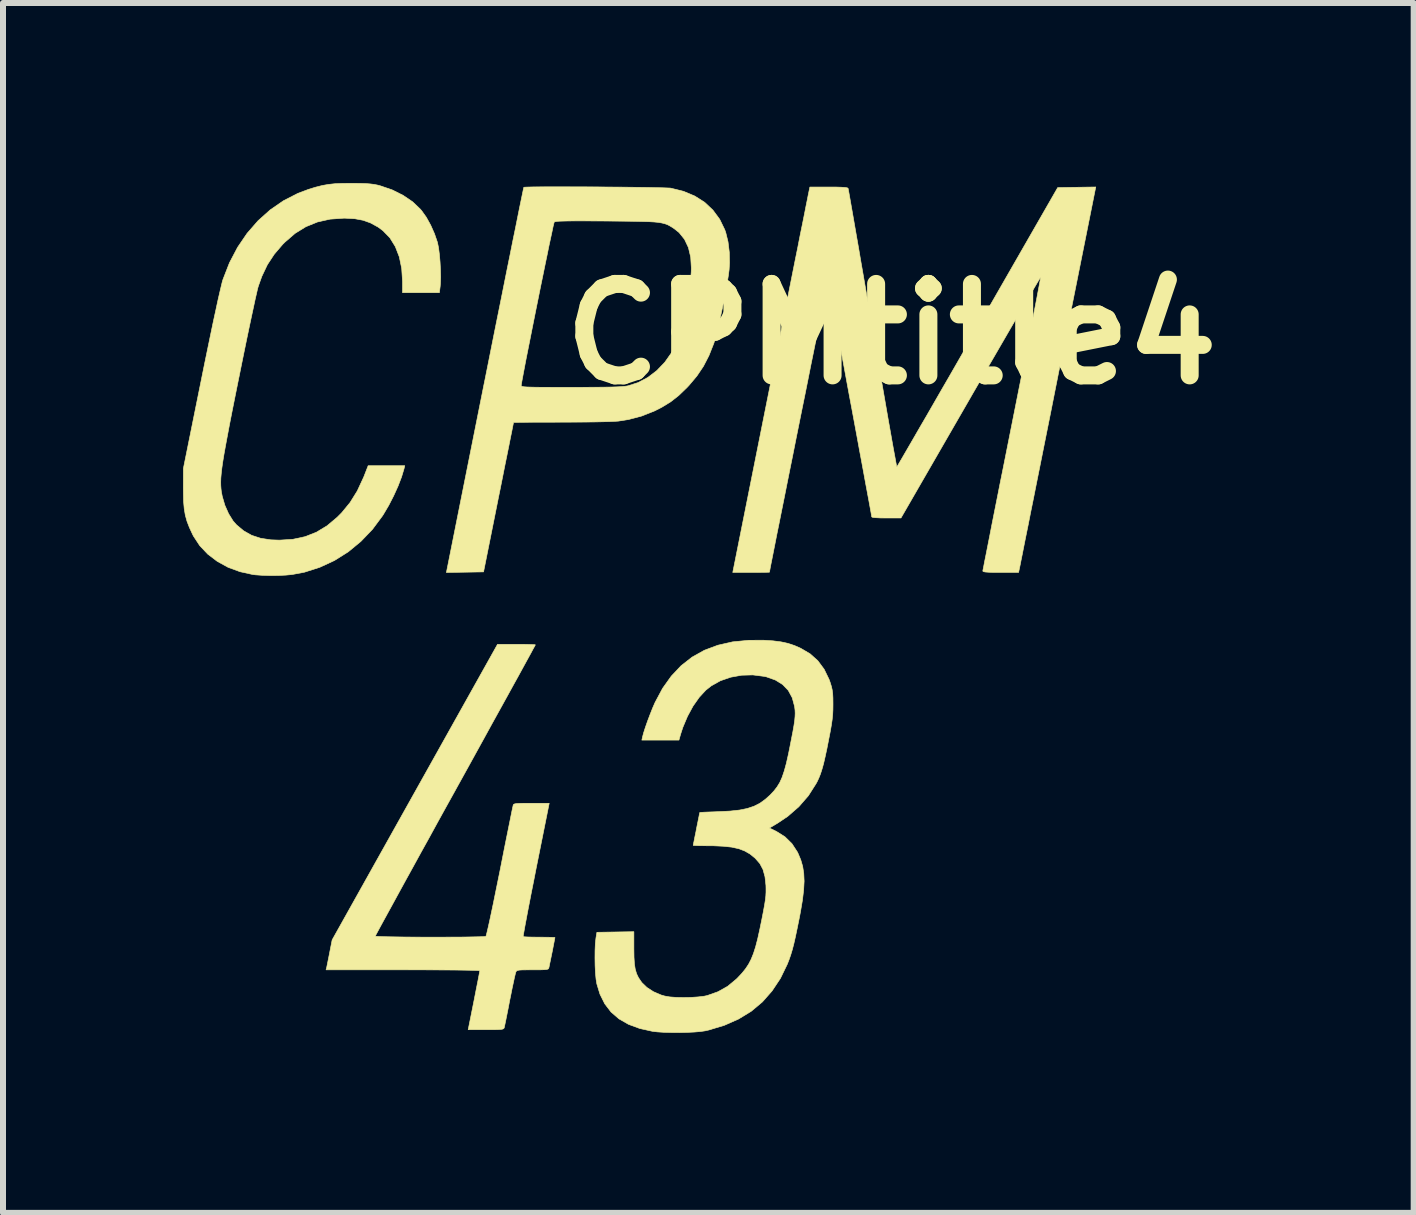
<source format=kicad_pcb>
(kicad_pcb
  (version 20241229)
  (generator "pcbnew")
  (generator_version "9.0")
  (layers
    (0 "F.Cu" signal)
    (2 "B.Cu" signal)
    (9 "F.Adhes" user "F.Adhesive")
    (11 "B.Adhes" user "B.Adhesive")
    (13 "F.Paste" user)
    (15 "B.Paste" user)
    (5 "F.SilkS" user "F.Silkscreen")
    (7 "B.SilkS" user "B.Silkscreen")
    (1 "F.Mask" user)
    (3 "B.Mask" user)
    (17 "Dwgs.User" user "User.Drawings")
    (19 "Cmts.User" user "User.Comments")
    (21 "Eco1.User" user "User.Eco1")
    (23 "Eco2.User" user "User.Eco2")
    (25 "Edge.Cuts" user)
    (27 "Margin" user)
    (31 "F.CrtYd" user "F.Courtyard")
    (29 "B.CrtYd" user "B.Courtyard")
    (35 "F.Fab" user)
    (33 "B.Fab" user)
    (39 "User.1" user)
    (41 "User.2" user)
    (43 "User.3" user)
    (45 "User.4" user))
  (footprint "CPMtitle4"
    (layer "F.Cu")
    (at 11.804 2.516)
    (property "Reference" "CPMtitle4" (at 0 0 0) (layer "F.SilkS") (effects (font (size 1.524 1.524) (thickness 0.3))))
    (attr through_hole)
    (fp_poly (pts (xy -8.981 -2.511) (xy -8.856 -2.51) (xy -8.759 -2.507) (xy -8.683 -2.501) (xy -8.619 -2.493) (xy -8.559 -2.481) (xy -8.518 -2.47) (xy -8.319 -2.402) (xy -8.137 -2.311) (xy -7.978 -2.203) (xy -7.847 -2.078) (xy -7.827 -2.054) (xy -7.75 -1.946) (xy -7.677 -1.814) (xy -7.614 -1.672) (xy -7.566 -1.532) (xy -7.563 -1.521) (xy -7.546 -1.437) (xy -7.532 -1.327) (xy -7.521 -1.202) (xy -7.514 -1.072) (xy -7.511 -0.949) (xy -7.515 -0.842) (xy -7.519 -0.792) (xy -7.532 -0.689) (xy -8.146 -0.689) (xy -8.146 -0.875) (xy -8.16 -1.092) (xy -8.2 -1.286) (xy -8.266 -1.456) (xy -8.357 -1.603) (xy -8.474 -1.723) (xy -8.552 -1.781) (xy -8.675 -1.849) (xy -8.801 -1.895) (xy -8.94 -1.921) (xy -9.103 -1.93) (xy -9.126 -1.93) (xy -9.354 -1.914) (xy -9.563 -1.867) (xy -9.757 -1.788) (xy -9.937 -1.677) (xy -10.106 -1.531) (xy -10.143 -1.494) (xy -10.284 -1.329) (xy -10.399 -1.154) (xy -10.491 -0.96) (xy -10.549 -0.798) (xy -10.561 -0.756) (xy -10.578 -0.681) (xy -10.602 -0.577) (xy -10.63 -0.446) (xy -10.663 -0.293) (xy -10.7 -0.119) (xy -10.74 0.072) (xy -10.782 0.276) (xy -10.826 0.492) (xy -10.871 0.715) (xy -10.879 0.753) (xy -10.936 1.036) (xy -10.986 1.286) (xy -11.029 1.506) (xy -11.065 1.697) (xy -11.096 1.863) (xy -11.122 2.007) (xy -11.142 2.13) (xy -11.157 2.235) (xy -11.167 2.324) (xy -11.174 2.401) (xy -11.176 2.468) (xy -11.175 2.526) (xy -11.171 2.58) (xy -11.165 2.631) (xy -11.155 2.681) (xy -11.151 2.703) (xy -11.107 2.854) (xy -11.045 2.994) (xy -10.97 3.115) (xy -10.913 3.18) (xy -10.792 3.281) (xy -10.66 3.355) (xy -10.511 3.404) (xy -10.34 3.43) (xy -10.196 3.435) (xy -9.973 3.421) (xy -9.769 3.377) (xy -9.581 3.303) (xy -9.404 3.196) (xy -9.236 3.055) (xy -9.161 2.98) (xy -9.02 2.808) (xy -8.9 2.615) (xy -8.798 2.395) (xy -8.788 2.372) (xy -8.719 2.195) (xy -8.109 2.195) (xy -8.121 2.245) (xy -8.162 2.381) (xy -8.221 2.535) (xy -8.294 2.696) (xy -8.376 2.856) (xy -8.464 3.005) (xy -8.48 3.03) (xy -8.648 3.256) (xy -8.84 3.456) (xy -9.051 3.63) (xy -9.28 3.774) (xy -9.524 3.887) (xy -9.78 3.969) (xy -9.986 4.008) (xy -10.091 4.018) (xy -10.218 4.024) (xy -10.354 4.025) (xy -10.486 4.021) (xy -10.601 4.013) (xy -10.641 4.008) (xy -10.854 3.961) (xy -11.053 3.888) (xy -11.233 3.789) (xy -11.392 3.668) (xy -11.526 3.526) (xy -11.631 3.366) (xy -11.645 3.338) (xy -11.698 3.224) (xy -11.738 3.12) (xy -11.766 3.019) (xy -11.784 2.911) (xy -11.795 2.788) (xy -11.798 2.641) (xy -11.799 2.567) (xy -11.798 2.241) (xy -11.497 0.753) (xy -11.443 0.486) (xy -11.391 0.235) (xy -11.343 0.003) (xy -11.299 -0.208) (xy -11.258 -0.396) (xy -11.223 -0.559) (xy -11.192 -0.694) (xy -11.167 -0.8) (xy -11.149 -0.874) (xy -11.139 -0.907) (xy -11.03 -1.187) (xy -10.895 -1.444) (xy -10.736 -1.678) (xy -10.554 -1.887) (xy -10.352 -2.068) (xy -10.13 -2.221) (xy -9.89 -2.344) (xy -9.709 -2.412) (xy -9.59 -2.448) (xy -9.483 -2.475) (xy -9.38 -2.493) (xy -9.269 -2.505) (xy -9.143 -2.51) (xy -8.991 -2.511) (xy -8.981 -2.511)) (stroke (width 0.01) (type solid)) (fill yes) (layer "F.SilkS"))
    (fp_poly (pts (xy -6.146 5.171) (xy -6.057 5.173) (xy -5.988 5.175) (xy -5.945 5.177) (xy -5.933 5.18) (xy -5.941 5.197) (xy -5.967 5.243) (xy -6.007 5.318) (xy -6.063 5.42) (xy -6.132 5.546) (xy -6.214 5.696) (xy -6.308 5.866) (xy -6.413 6.057) (xy -6.528 6.265) (xy -6.652 6.489) (xy -6.783 6.728) (xy -6.922 6.98) (xy -7.067 7.243) (xy -7.217 7.514) (xy -7.266 7.603) (xy -7.418 7.877) (xy -7.565 8.143) (xy -7.705 8.399) (xy -7.84 8.642) (xy -7.966 8.872) (xy -8.084 9.086) (xy -8.192 9.283) (xy -8.289 9.461) (xy -8.375 9.618) (xy -8.449 9.753) (xy -8.509 9.863) (xy -8.555 9.948) (xy -8.585 10.004) (xy -8.599 10.032) (xy -8.6 10.034) (xy -8.582 10.037) (xy -8.533 10.04) (xy -8.455 10.043) (xy -8.354 10.045) (xy -8.233 10.047) (xy -8.096 10.049) (xy -7.948 10.05) (xy -7.793 10.051) (xy -7.635 10.051) (xy -7.478 10.051) (xy -7.327 10.05) (xy -7.184 10.05) (xy -7.056 10.048) (xy -6.945 10.046) (xy -6.856 10.044) (xy -6.793 10.042) (xy -6.76 10.038) (xy -6.757 10.037) (xy -6.75 10.018) (xy -6.737 9.965) (xy -6.718 9.884) (xy -6.694 9.776) (xy -6.666 9.645) (xy -6.634 9.494) (xy -6.6 9.326) (xy -6.563 9.145) (xy -6.524 8.954) (xy -6.486 8.761) (xy -6.45 8.578) (xy -6.416 8.409) (xy -6.385 8.256) (xy -6.358 8.123) (xy -6.336 8.013) (xy -6.319 7.929) (xy -6.307 7.874) (xy -6.302 7.851) (xy -6.296 7.839) (xy -6.28 7.831) (xy -6.251 7.825) (xy -6.203 7.822) (xy -6.13 7.82) (xy -6.027 7.82) (xy -5.998 7.82) (xy -5.702 7.82) (xy -5.924 8.926) (xy -5.962 9.121) (xy -5.999 9.305) (xy -6.032 9.476) (xy -6.062 9.63) (xy -6.087 9.764) (xy -6.108 9.875) (xy -6.123 9.961) (xy -6.133 10.017) (xy -6.136 10.041) (xy -6.136 10.042) (xy -6.115 10.045) (xy -6.065 10.048) (xy -5.992 10.05) (xy -5.903 10.051) (xy -5.866 10.051) (xy -5.774 10.052) (xy -5.696 10.053) (xy -5.639 10.055) (xy -5.609 10.057) (xy -5.606 10.058) (xy -5.61 10.077) (xy -5.619 10.124) (xy -5.632 10.191) (xy -5.647 10.27) (xy -5.664 10.352) (xy -5.68 10.43) (xy -5.694 10.496) (xy -5.703 10.542) (xy -5.706 10.555) (xy -5.711 10.571) (xy -5.721 10.582) (xy -5.742 10.589) (xy -5.78 10.593) (xy -5.84 10.595) (xy -5.927 10.595) (xy -5.979 10.595) (xy -6.081 10.596) (xy -6.154 10.597) (xy -6.201 10.6) (xy -6.23 10.606) (xy -6.247 10.615) (xy -6.256 10.629) (xy -6.259 10.636) (xy -6.267 10.665) (xy -6.281 10.724) (xy -6.299 10.808) (xy -6.321 10.91) (xy -6.344 11.027) (xy -6.36 11.103) (xy -6.383 11.225) (xy -6.405 11.335) (xy -6.424 11.43) (xy -6.439 11.502) (xy -6.449 11.549) (xy -6.452 11.562) (xy -6.459 11.573) (xy -6.474 11.582) (xy -6.503 11.588) (xy -6.552 11.591) (xy -6.625 11.593) (xy -6.727 11.593) (xy -6.757 11.593) (xy -7.052 11.593) (xy -6.955 11.109) (xy -6.93 10.981) (xy -6.907 10.864) (xy -6.887 10.764) (xy -6.872 10.685) (xy -6.862 10.632) (xy -6.858 10.61) (xy -6.858 10.61) (xy -6.876 10.607) (xy -6.927 10.605) (xy -7.008 10.603) (xy -7.117 10.601) (xy -7.251 10.599) (xy -7.407 10.598) (xy -7.582 10.597) (xy -7.772 10.596) (xy -7.976 10.596) (xy -8.139 10.595) (xy -9.42 10.595) (xy -9.41 10.555) (xy -9.403 10.521) (xy -9.391 10.461) (xy -9.375 10.382) (xy -9.36 10.305) (xy -9.319 10.097) (xy -7.941 7.634) (xy -6.563 5.171) (xy -6.248 5.171) (xy -6.146 5.171)) (stroke (width 0.01) (type solid)) (fill yes) (layer "F.SilkS"))
    (fp_poly (pts (xy -5.425 -2.453) (xy -5.253 -2.452) (xy -5.073 -2.452) (xy -4.89 -2.451) (xy -4.708 -2.449) (xy -4.529 -2.448) (xy -4.357 -2.446) (xy -4.197 -2.444) (xy -4.051 -2.442) (xy -3.924 -2.439) (xy -3.818 -2.437) (xy -3.738 -2.434) (xy -3.688 -2.432) (xy -3.674 -2.43) (xy -3.464 -2.378) (xy -3.276 -2.299) (xy -3.112 -2.195) (xy -2.974 -2.065) (xy -2.861 -1.912) (xy -2.776 -1.737) (xy -2.759 -1.687) (xy -2.722 -1.536) (xy -2.701 -1.364) (xy -2.697 -1.186) (xy -2.704 -1.07) (xy -2.716 -0.979) (xy -2.734 -0.863) (xy -2.758 -0.729) (xy -2.786 -0.584) (xy -2.816 -0.433) (xy -2.848 -0.285) (xy -2.879 -0.145) (xy -2.909 -0.021) (xy -2.936 0.081) (xy -2.958 0.154) (xy -2.959 0.156) (xy -3.04 0.36) (xy -3.132 0.538) (xy -3.241 0.7) (xy -3.373 0.857) (xy -3.409 0.895) (xy -3.544 1.025) (xy -3.678 1.13) (xy -3.825 1.22) (xy -3.942 1.28) (xy -4.158 1.366) (xy -4.38 1.425) (xy -4.553 1.452) (xy -4.605 1.455) (xy -4.687 1.459) (xy -4.797 1.462) (xy -4.929 1.465) (xy -5.079 1.467) (xy -5.241 1.468) (xy -5.412 1.469) (xy -5.502 1.469) (xy -5.668 1.47) (xy -5.822 1.47) (xy -5.96 1.47) (xy -6.08 1.471) (xy -6.177 1.472) (xy -6.248 1.473) (xy -6.288 1.473) (xy -6.296 1.474) (xy -6.3 1.492) (xy -6.31 1.543) (xy -6.326 1.624) (xy -6.348 1.731) (xy -6.374 1.863) (xy -6.405 2.016) (xy -6.44 2.187) (xy -6.477 2.374) (xy -6.517 2.574) (xy -6.547 2.721) (xy -6.796 3.964) (xy -7.415 3.974) (xy -6.792 0.857) (xy -6.169 0.857) (xy -6.167 0.865) (xy -6.159 0.871) (xy -6.143 0.876) (xy -6.115 0.88) (xy -6.072 0.883) (xy -6.012 0.885) (xy -5.93 0.887) (xy -5.824 0.888) (xy -5.691 0.888) (xy -5.528 0.889) (xy -5.339 0.889) (xy -5.127 0.888) (xy -4.948 0.887) (xy -4.8 0.886) (xy -4.679 0.884) (xy -4.582 0.881) (xy -4.505 0.877) (xy -4.446 0.872) (xy -4.403 0.866) (xy -4.388 0.863) (xy -4.219 0.809) (xy -4.057 0.723) (xy -3.908 0.609) (xy -3.775 0.47) (xy -3.663 0.311) (xy -3.576 0.135) (xy -3.555 0.08) (xy -3.541 0.032) (xy -3.521 -0.045) (xy -3.498 -0.145) (xy -3.471 -0.261) (xy -3.444 -0.388) (xy -3.427 -0.472) (xy -3.395 -0.63) (xy -3.37 -0.76) (xy -3.353 -0.866) (xy -3.341 -0.954) (xy -3.335 -1.032) (xy -3.333 -1.098) (xy -3.344 -1.281) (xy -3.382 -1.441) (xy -3.447 -1.578) (xy -3.538 -1.691) (xy -3.621 -1.757) (xy -3.661 -1.783) (xy -3.698 -1.805) (xy -3.735 -1.824) (xy -3.776 -1.838) (xy -3.824 -1.85) (xy -3.882 -1.86) (xy -3.954 -1.867) (xy -4.044 -1.872) (xy -4.155 -1.875) (xy -4.29 -1.878) (xy -4.453 -1.88) (xy -4.648 -1.882) (xy -4.746 -1.883) (xy -4.951 -1.884) (xy -5.123 -1.885) (xy -5.263 -1.885) (xy -5.376 -1.884) (xy -5.464 -1.882) (xy -5.529 -1.88) (xy -5.574 -1.877) (xy -5.602 -1.872) (xy -5.617 -1.867) (xy -5.618 -1.865) (xy -5.624 -1.845) (xy -5.637 -1.792) (xy -5.654 -1.71) (xy -5.677 -1.603) (xy -5.705 -1.474) (xy -5.735 -1.326) (xy -5.769 -1.163) (xy -5.805 -0.987) (xy -5.843 -0.803) (xy -5.881 -0.614) (xy -5.92 -0.422) (xy -5.958 -0.232) (xy -5.995 -0.047) (xy -6.03 0.13) (xy -6.063 0.295) (xy -6.093 0.446) (xy -6.118 0.578) (xy -6.139 0.689) (xy -6.155 0.775) (xy -6.165 0.832) (xy -6.169 0.857) (xy -6.792 0.857) (xy -6.774 0.769) (xy -6.707 0.434) (xy -6.642 0.108) (xy -6.579 -0.206) (xy -6.518 -0.507) (xy -6.461 -0.792) (xy -6.407 -1.062) (xy -6.356 -1.312) (xy -6.31 -1.543) (xy -6.267 -1.751) (xy -6.23 -1.936) (xy -6.198 -2.095) (xy -6.171 -2.226) (xy -6.15 -2.328) (xy -6.135 -2.4) (xy -6.126 -2.438) (xy -6.125 -2.445) (xy -6.104 -2.447) (xy -6.052 -2.449) (xy -5.97 -2.451) (xy -5.862 -2.452) (xy -5.733 -2.453) (xy -5.586 -2.453) (xy -5.425 -2.453)) (stroke (width 0.01) (type solid)) (fill yes) (layer "F.SilkS"))
    (fp_poly (pts (xy 2.782 0.666) (xy 2.716 0.998) (xy 2.652 1.321) (xy 2.589 1.634) (xy 2.529 1.934) (xy 2.472 2.219) (xy 2.418 2.488) (xy 2.368 2.74) (xy 2.321 2.971) (xy 2.28 3.18) (xy 2.242 3.366) (xy 2.21 3.526) (xy 2.184 3.659) (xy 2.163 3.762) (xy 2.149 3.834) (xy 2.141 3.873) (xy 2.14 3.878) (xy 2.12 3.973) (xy 1.822 3.973) (xy 1.706 3.973) (xy 1.621 3.97) (xy 1.566 3.966) (xy 1.535 3.96) (xy 1.524 3.951) (xy 1.524 3.95) (xy 1.527 3.93) (xy 1.538 3.876) (xy 1.554 3.791) (xy 1.577 3.677) (xy 1.605 3.535) (xy 1.638 3.368) (xy 1.675 3.177) (xy 1.717 2.966) (xy 1.763 2.735) (xy 1.812 2.487) (xy 1.865 2.225) (xy 1.92 1.949) (xy 1.977 1.663) (xy 2.011 1.492) (xy 2.069 1.201) (xy 2.125 0.919) (xy 2.179 0.65) (xy 2.229 0.395) (xy 2.277 0.155) (xy 2.32 -0.066) (xy 2.359 -0.267) (xy 2.394 -0.446) (xy 2.424 -0.601) (xy 2.448 -0.729) (xy 2.467 -0.829) (xy 2.48 -0.899) (xy 2.486 -0.937) (xy 2.486 -0.943) (xy 2.476 -0.928) (xy 2.448 -0.883) (xy 2.405 -0.81) (xy 2.347 -0.712) (xy 2.275 -0.589) (xy 2.19 -0.445) (xy 2.094 -0.28) (xy 1.987 -0.096) (xy 1.871 0.104) (xy 1.747 0.318) (xy 1.615 0.545) (xy 1.477 0.784) (xy 1.334 1.031) (xy 1.317 1.061) (xy 0.16 3.066) (xy -0.084 3.066) (xy -0.184 3.065) (xy -0.261 3.061) (xy -0.31 3.056) (xy -0.327 3.048) (xy -0.33 3.029) (xy -0.339 2.976) (xy -0.354 2.894) (xy -0.374 2.784) (xy -0.399 2.65) (xy -0.428 2.495) (xy -0.46 2.32) (xy -0.495 2.13) (xy -0.533 1.927) (xy -0.572 1.713) (xy -0.613 1.492) (xy -0.655 1.266) (xy -0.698 1.038) (xy -0.74 0.811) (xy -0.781 0.588) (xy -0.821 0.372) (xy -0.86 0.165) (xy -0.896 -0.03) (xy -0.93 -0.209) (xy -0.96 -0.371) (xy -0.987 -0.512) (xy -1.009 -0.63) (xy -1.026 -0.721) (xy -1.038 -0.783) (xy -1.044 -0.813) (xy -1.044 -0.814) (xy -1.055 -0.843) (xy -1.063 -0.848) (xy -1.067 -0.83) (xy -1.077 -0.779) (xy -1.094 -0.698) (xy -1.117 -0.588) (xy -1.144 -0.452) (xy -1.177 -0.294) (xy -1.213 -0.115) (xy -1.253 0.082) (xy -1.296 0.295) (xy -1.342 0.52) (xy -1.389 0.757) (xy -1.438 1.001) (xy -1.489 1.251) (xy -1.54 1.504) (xy -1.591 1.757) (xy -1.641 2.009) (xy -1.691 2.256) (xy -1.739 2.496) (xy -1.785 2.727) (xy -1.829 2.945) (xy -1.87 3.15) (xy -1.908 3.337) (xy -1.941 3.505) (xy -1.97 3.651) (xy -1.994 3.772) (xy -2.013 3.867) (xy -2.025 3.932) (xy -2.031 3.965) (xy -2.032 3.969) (xy -2.049 3.97) (xy -2.097 3.971) (xy -2.169 3.972) (xy -2.259 3.973) (xy -2.338 3.973) (xy -2.643 3.973) (xy -2.02 0.857) (xy -1.954 0.525) (xy -1.889 0.202) (xy -1.827 -0.11) (xy -1.767 -0.41) (xy -1.71 -0.695) (xy -1.656 -0.965) (xy -1.606 -1.216) (xy -1.559 -1.447) (xy -1.518 -1.657) (xy -1.48 -1.842) (xy -1.448 -2.002) (xy -1.422 -2.135) (xy -1.401 -2.238) (xy -1.387 -2.31) (xy -1.379 -2.349) (xy -1.378 -2.354) (xy -1.358 -2.449) (xy -1.044 -2.449) (xy -0.922 -2.449) (xy -0.832 -2.446) (xy -0.771 -2.442) (xy -0.735 -2.436) (xy -0.721 -2.427) (xy -0.721 -2.427) (xy -0.717 -2.406) (xy -0.707 -2.352) (xy -0.692 -2.267) (xy -0.672 -2.152) (xy -0.647 -2.01) (xy -0.618 -1.843) (xy -0.585 -1.653) (xy -0.548 -1.442) (xy -0.509 -1.212) (xy -0.466 -0.966) (xy -0.421 -0.705) (xy -0.374 -0.432) (xy -0.325 -0.149) (xy -0.316 -0.095) (xy -0.267 0.189) (xy -0.22 0.463) (xy -0.174 0.725) (xy -0.131 0.973) (xy -0.091 1.204) (xy -0.054 1.417) (xy -0.02 1.609) (xy 0.01 1.779) (xy 0.036 1.924) (xy 0.058 2.042) (xy 0.074 2.13) (xy 0.085 2.188) (xy 0.09 2.213) (xy 0.091 2.213) (xy 0.101 2.198) (xy 0.128 2.153) (xy 0.171 2.08) (xy 0.229 1.98) (xy 0.301 1.856) (xy 0.386 1.709) (xy 0.483 1.541) (xy 0.592 1.354) (xy 0.71 1.149) (xy 0.837 0.928) (xy 0.973 0.693) (xy 1.115 0.446) (xy 1.263 0.188) (xy 1.416 -0.079) (xy 1.436 -0.113) (xy 2.772 -2.44) (xy 3.089 -2.445) (xy 3.406 -2.45) (xy 2.782 0.666)) (stroke (width 0.01) (type solid)) (fill yes) (layer "F.SilkS"))
    (fp_poly (pts (xy -1.973 5.113) (xy -1.84 5.13) (xy -1.724 5.155) (xy -1.613 5.192) (xy -1.513 5.236) (xy -1.356 5.328) (xy -1.226 5.444) (xy -1.12 5.587) (xy -1.038 5.756) (xy -1.022 5.8) (xy -1.001 5.867) (xy -0.987 5.926) (xy -0.978 5.989) (xy -0.974 6.066) (xy -0.973 6.168) (xy -0.973 6.169) (xy -0.974 6.26) (xy -0.978 6.344) (xy -0.987 6.429) (xy -1.001 6.524) (xy -1.021 6.638) (xy -1.041 6.74) (xy -1.074 6.909) (xy -1.104 7.047) (xy -1.13 7.16) (xy -1.156 7.252) (xy -1.181 7.33) (xy -1.208 7.398) (xy -1.238 7.462) (xy -1.255 7.493) (xy -1.383 7.694) (xy -1.542 7.877) (xy -1.727 8.038) (xy -1.9 8.154) (xy -2.032 8.232) (xy -1.914 8.29) (xy -1.773 8.379) (xy -1.657 8.493) (xy -1.565 8.634) (xy -1.555 8.655) (xy -1.51 8.762) (xy -1.478 8.872) (xy -1.46 8.989) (xy -1.454 9.118) (xy -1.462 9.265) (xy -1.482 9.434) (xy -1.515 9.63) (xy -1.533 9.725) (xy -1.568 9.898) (xy -1.598 10.041) (xy -1.625 10.16) (xy -1.651 10.26) (xy -1.677 10.346) (xy -1.704 10.424) (xy -1.734 10.501) (xy -1.849 10.738) (xy -1.988 10.947) (xy -2.149 11.13) (xy -2.335 11.286) (xy -2.546 11.415) (xy -2.783 11.52) (xy -3.045 11.599) (xy -3.102 11.612) (xy -3.177 11.623) (xy -3.279 11.632) (xy -3.4 11.638) (xy -3.531 11.641) (xy -3.664 11.64) (xy -3.789 11.637) (xy -3.897 11.63) (xy -3.977 11.621) (xy -4.193 11.573) (xy -4.38 11.504) (xy -4.539 11.413) (xy -4.671 11.299) (xy -4.776 11.162) (xy -4.856 11.001) (xy -4.908 10.831) (xy -4.921 10.753) (xy -4.931 10.648) (xy -4.937 10.526) (xy -4.939 10.398) (xy -4.938 10.272) (xy -4.933 10.158) (xy -4.923 10.067) (xy -4.922 10.06) (xy -4.907 9.97) (xy -4.599 9.965) (xy -4.291 9.96) (xy -4.291 10.246) (xy -4.289 10.386) (xy -4.282 10.497) (xy -4.268 10.586) (xy -4.246 10.66) (xy -4.215 10.725) (xy -4.171 10.79) (xy -4.156 10.81) (xy -4.073 10.89) (xy -3.963 10.961) (xy -3.837 11.015) (xy -3.774 11.033) (xy -3.692 11.047) (xy -3.585 11.055) (xy -3.464 11.057) (xy -3.339 11.055) (xy -3.221 11.047) (xy -3.12 11.035) (xy -3.068 11.024) (xy -2.888 10.96) (xy -2.728 10.87) (xy -2.582 10.749) (xy -2.558 10.725) (xy -2.489 10.651) (xy -2.43 10.578) (xy -2.38 10.503) (xy -2.337 10.42) (xy -2.298 10.324) (xy -2.262 10.211) (xy -2.227 10.076) (xy -2.191 9.913) (xy -2.158 9.752) (xy -2.132 9.619) (xy -2.113 9.515) (xy -2.1 9.432) (xy -2.092 9.363) (xy -2.089 9.301) (xy -2.089 9.239) (xy -2.09 9.189) (xy -2.106 9.044) (xy -2.139 8.924) (xy -2.192 8.824) (xy -2.269 8.736) (xy -2.276 8.73) (xy -2.356 8.665) (xy -2.443 8.615) (xy -2.543 8.577) (xy -2.66 8.551) (xy -2.801 8.536) (xy -2.969 8.528) (xy -3.043 8.528) (xy -3.136 8.527) (xy -3.213 8.526) (xy -3.27 8.524) (xy -3.299 8.522) (xy -3.302 8.521) (xy -3.299 8.502) (xy -3.289 8.454) (xy -3.275 8.382) (xy -3.257 8.295) (xy -3.248 8.246) (xy -3.229 8.152) (xy -3.213 8.073) (xy -3.201 8.013) (xy -3.194 7.979) (xy -3.193 7.974) (xy -3.176 7.972) (xy -3.128 7.969) (xy -3.056 7.966) (xy -2.964 7.963) (xy -2.871 7.959) (xy -2.687 7.95) (xy -2.532 7.933) (xy -2.402 7.907) (xy -2.291 7.87) (xy -2.193 7.821) (xy -2.103 7.756) (xy -2.022 7.684) (xy -1.958 7.616) (xy -1.905 7.548) (xy -1.859 7.473) (xy -1.82 7.386) (xy -1.785 7.282) (xy -1.75 7.155) (xy -1.715 7) (xy -1.697 6.911) (xy -1.666 6.753) (xy -1.641 6.625) (xy -1.623 6.522) (xy -1.611 6.441) (xy -1.605 6.374) (xy -1.603 6.319) (xy -1.605 6.269) (xy -1.611 6.22) (xy -1.613 6.206) (xy -1.652 6.061) (xy -1.718 5.939) (xy -1.812 5.841) (xy -1.933 5.766) (xy -2.083 5.713) (xy -2.12 5.705) (xy -2.308 5.681) (xy -2.496 5.686) (xy -2.678 5.719) (xy -2.849 5.778) (xy -3.001 5.863) (xy -3.092 5.935) (xy -3.202 6.054) (xy -3.306 6.202) (xy -3.398 6.372) (xy -3.475 6.555) (xy -3.512 6.668) (xy -3.54 6.767) (xy -4.158 6.767) (xy -4.145 6.708) (xy -4.127 6.641) (xy -4.098 6.551) (xy -4.061 6.446) (xy -4.02 6.338) (xy -3.979 6.234) (xy -3.941 6.147) (xy -3.937 6.138) (xy -3.812 5.904) (xy -3.667 5.701) (xy -3.503 5.527) (xy -3.32 5.384) (xy -3.116 5.27) (xy -2.891 5.186) (xy -2.645 5.13) (xy -2.377 5.104) (xy -2.132 5.103) (xy -1.973 5.113)) (stroke (width 0.01) (type solid)) (fill yes) (layer "F.SilkS")))
  (gr_rect
    (start -3 -3)
    (end 20.508 17.162)
    (stroke (width 0.1) (type default))
    (fill no)
    (layer "Edge.Cuts")))
</source>
